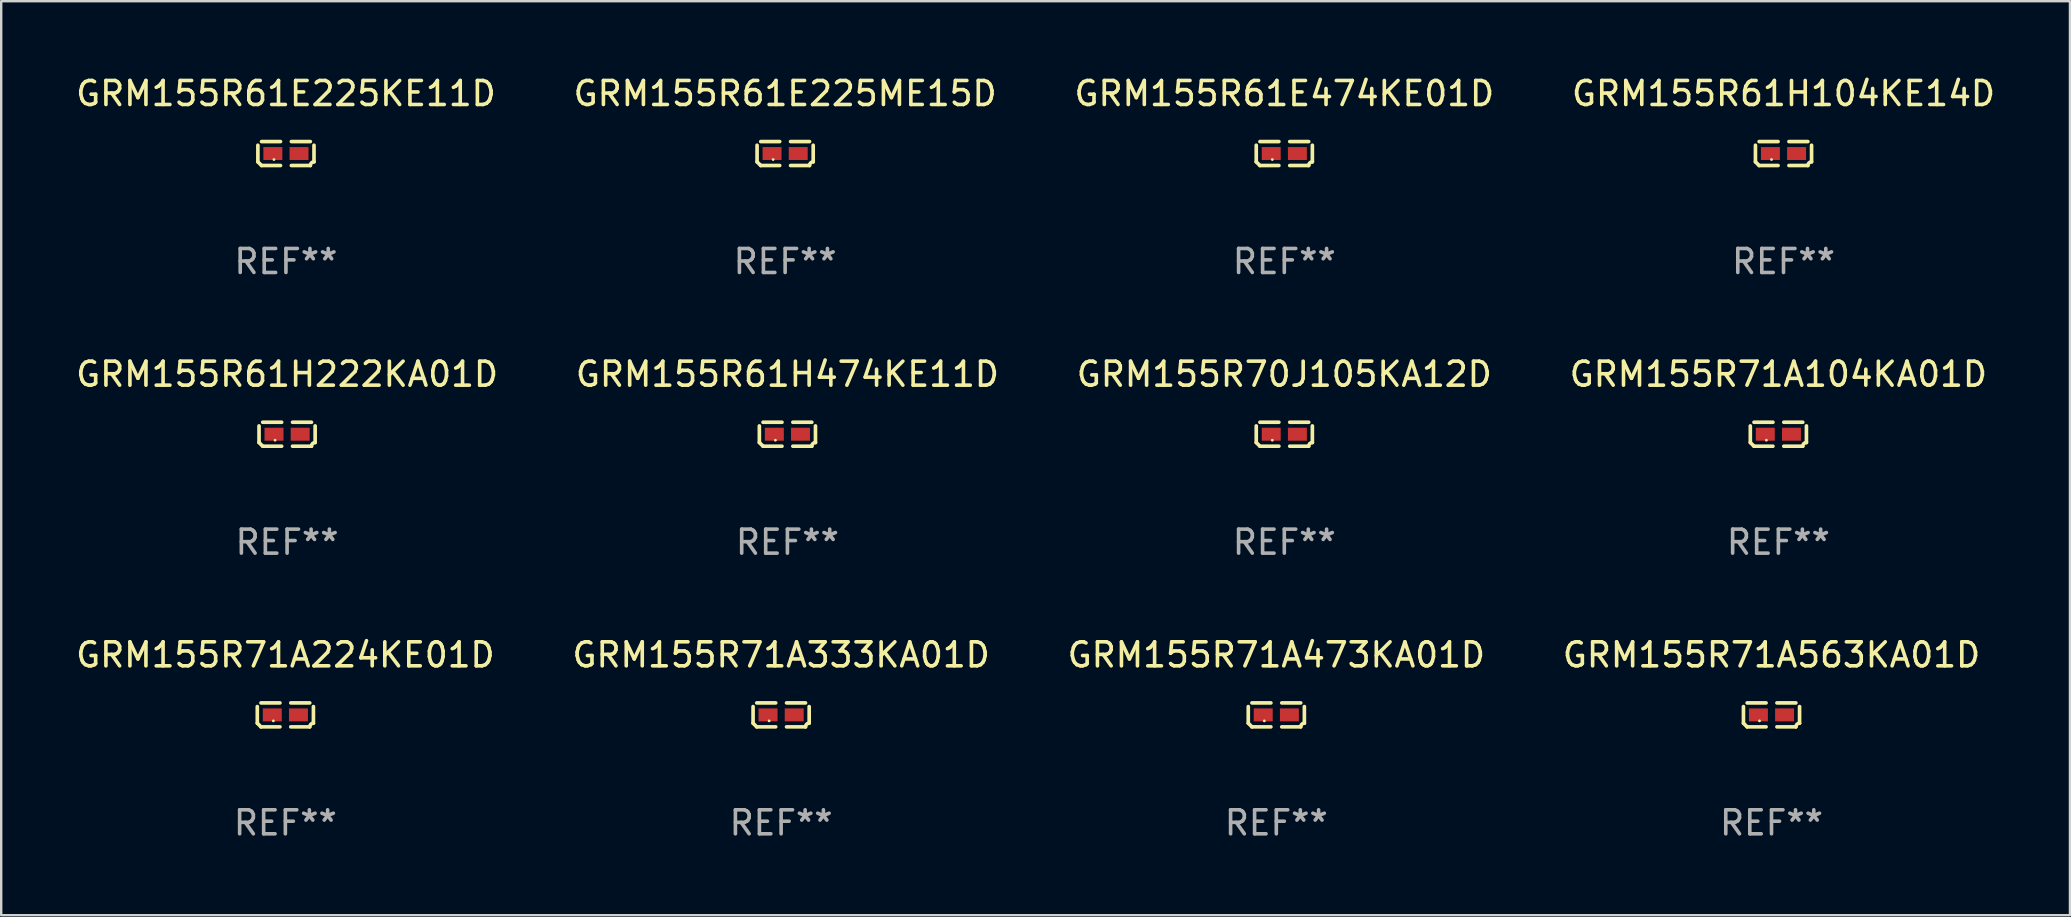
<source format=kicad_pcb>
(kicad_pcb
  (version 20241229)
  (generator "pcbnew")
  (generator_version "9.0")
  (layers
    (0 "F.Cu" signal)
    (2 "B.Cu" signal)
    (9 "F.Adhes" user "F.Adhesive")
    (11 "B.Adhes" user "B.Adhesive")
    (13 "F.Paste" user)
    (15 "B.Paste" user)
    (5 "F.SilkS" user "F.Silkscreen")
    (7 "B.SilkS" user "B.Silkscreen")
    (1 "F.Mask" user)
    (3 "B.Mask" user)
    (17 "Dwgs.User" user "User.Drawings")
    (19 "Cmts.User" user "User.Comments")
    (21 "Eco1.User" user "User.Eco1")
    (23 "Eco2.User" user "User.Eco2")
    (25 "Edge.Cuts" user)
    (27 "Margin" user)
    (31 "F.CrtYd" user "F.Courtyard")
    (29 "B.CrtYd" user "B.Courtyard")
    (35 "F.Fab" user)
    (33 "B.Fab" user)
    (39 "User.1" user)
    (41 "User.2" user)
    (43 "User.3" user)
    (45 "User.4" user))
  (footprint "GRM155R71A473KA01D"
    (layer "F.Cu")
    (at 50.125 26.734)
    (property "Reference" "GRM155R71A473KA01D" (at 0 -2.499 0) (layer "F.SilkS") (effects (font (size 1 1) (thickness 0.15))))
    (attr through_hole)
    (fp_line (start -1.169 0.346) (end -1.169 -0.346) (stroke (width 0.152) (type solid)) (layer "F.SilkS"))
    (fp_line (start -1.016 -0.499) (end -0.226 -0.499) (stroke (width 0.152) (type solid)) (layer "F.SilkS"))
    (fp_line (start -0.226 0.499) (end -1.016 0.499) (stroke (width 0.152) (type solid)) (layer "F.SilkS"))
    (fp_line (start 0.226 0.499) (end 1.016 0.499) (stroke (width 0.152) (type solid)) (layer "F.SilkS"))
    (fp_line (start 1.016 -0.499) (end 0.226 -0.499) (stroke (width 0.152) (type solid)) (layer "F.SilkS"))
    (fp_line (start 1.169 0.346) (end 1.169 -0.346) (stroke (width 0.152) (type solid)) (layer "F.SilkS"))
    (fp_arc (start -1.016307 0.498603) (mid -1.092512 0.422405) (end -1.16871 0.3462) (stroke (width 0.1524) (type solid)) (layer "F.SilkS"))
    (fp_arc (start 1.016307 0.498603) (mid 1.060899 0.390758) (end 1.168707 0.346076) (stroke (width 0.1524) (type solid)) (layer "F.SilkS"))
    (fp_circle (center -0.5 0.25) (end -0.47 0.25) (stroke (width 0.06) (type solid)) (fill no) (layer "F.SilkS"))
    (fp_text user "REF**" (at 0 4.499 0) (layer "F.Fab") (effects (font (size 1 1) (thickness 0.15))))
    (pad "1" smd rect (at -0.545 0) (size 0.79 0.54) (layers "F.Cu" "F.Mask" "F.Paste"))
    (pad "2" smd rect (at 0.545 0) (size 0.79 0.54) (layers "F.Cu" "F.Mask" "F.Paste")))
  (footprint "GRM155R71A224KE01D"
    (layer "F.Cu")
    (at 8.839 26.734)
    (property "Reference" "GRM155R71A224KE01D" (at 0 -2.499 0) (layer "F.SilkS") (effects (font (size 1 1) (thickness 0.15))))
    (attr through_hole)
    (fp_line (start -1.169 0.346) (end -1.169 -0.346) (stroke (width 0.152) (type solid)) (layer "F.SilkS"))
    (fp_line (start -1.016 -0.499) (end -0.226 -0.499) (stroke (width 0.152) (type solid)) (layer "F.SilkS"))
    (fp_line (start -0.226 0.499) (end -1.016 0.499) (stroke (width 0.152) (type solid)) (layer "F.SilkS"))
    (fp_line (start 0.226 0.499) (end 1.016 0.499) (stroke (width 0.152) (type solid)) (layer "F.SilkS"))
    (fp_line (start 1.016 -0.499) (end 0.226 -0.499) (stroke (width 0.152) (type solid)) (layer "F.SilkS"))
    (fp_line (start 1.169 0.346) (end 1.169 -0.346) (stroke (width 0.152) (type solid)) (layer "F.SilkS"))
    (fp_arc (start -1.016307 0.498603) (mid -1.092512 0.422405) (end -1.16871 0.3462) (stroke (width 0.1524) (type solid)) (layer "F.SilkS"))
    (fp_arc (start 1.016307 0.498603) (mid 1.060899 0.390758) (end 1.168707 0.346076) (stroke (width 0.1524) (type solid)) (layer "F.SilkS"))
    (fp_circle (center -0.5 0.25) (end -0.47 0.25) (stroke (width 0.06) (type solid)) (fill no) (layer "F.SilkS"))
    (fp_text user "REF**" (at 0 4.499 0) (layer "F.Fab") (effects (font (size 1 1) (thickness 0.15))))
    (pad "1" smd rect (at -0.545 0) (size 0.79 0.54) (layers "F.Cu" "F.Mask" "F.Paste"))
    (pad "2" smd rect (at 0.545 0) (size 0.79 0.54) (layers "F.Cu" "F.Mask" "F.Paste")))
  (footprint "GRM155R61E474KE01D"
    (layer "F.Cu")
    (at 50.458 3.347)
    (property "Reference" "GRM155R61E474KE01D" (at 0 -2.499 0) (layer "F.SilkS") (effects (font (size 1 1) (thickness 0.15))))
    (attr through_hole)
    (fp_line (start -1.169 0.346) (end -1.169 -0.346) (stroke (width 0.152) (type solid)) (layer "F.SilkS"))
    (fp_line (start -1.016 -0.499) (end -0.226 -0.499) (stroke (width 0.152) (type solid)) (layer "F.SilkS"))
    (fp_line (start -0.226 0.499) (end -1.016 0.499) (stroke (width 0.152) (type solid)) (layer "F.SilkS"))
    (fp_line (start 0.226 0.499) (end 1.016 0.499) (stroke (width 0.152) (type solid)) (layer "F.SilkS"))
    (fp_line (start 1.016 -0.499) (end 0.226 -0.499) (stroke (width 0.152) (type solid)) (layer "F.SilkS"))
    (fp_line (start 1.169 0.346) (end 1.169 -0.346) (stroke (width 0.152) (type solid)) (layer "F.SilkS"))
    (fp_arc (start -1.016307 0.498603) (mid -1.092512 0.422405) (end -1.16871 0.3462) (stroke (width 0.1524) (type solid)) (layer "F.SilkS"))
    (fp_arc (start 1.016307 0.498603) (mid 1.060899 0.390758) (end 1.168707 0.346076) (stroke (width 0.1524) (type solid)) (layer "F.SilkS"))
    (fp_circle (center -0.5 0.25) (end -0.47 0.25) (stroke (width 0.06) (type solid)) (fill no) (layer "F.SilkS"))
    (fp_text user "REF**" (at 0 4.499 0) (layer "F.Fab") (effects (font (size 1 1) (thickness 0.15))))
    (pad "1" smd rect (at -0.545 0) (size 0.79 0.54) (layers "F.Cu" "F.Mask" "F.Paste"))
    (pad "2" smd rect (at 0.545 0) (size 0.79 0.54) (layers "F.Cu" "F.Mask" "F.Paste")))
  (footprint "GRM155R61E225KE11D"
    (layer "F.Cu")
    (at 8.863 3.347)
    (property "Reference" "GRM155R61E225KE11D" (at 0 -2.499 0) (layer "F.SilkS") (effects (font (size 1 1) (thickness 0.15))))
    (attr through_hole)
    (fp_line (start -1.169 0.346) (end -1.169 -0.346) (stroke (width 0.152) (type solid)) (layer "F.SilkS"))
    (fp_line (start -1.016 -0.499) (end -0.226 -0.499) (stroke (width 0.152) (type solid)) (layer "F.SilkS"))
    (fp_line (start -0.226 0.499) (end -1.016 0.499) (stroke (width 0.152) (type solid)) (layer "F.SilkS"))
    (fp_line (start 0.226 0.499) (end 1.016 0.499) (stroke (width 0.152) (type solid)) (layer "F.SilkS"))
    (fp_line (start 1.016 -0.499) (end 0.226 -0.499) (stroke (width 0.152) (type solid)) (layer "F.SilkS"))
    (fp_line (start 1.169 0.346) (end 1.169 -0.346) (stroke (width 0.152) (type solid)) (layer "F.SilkS"))
    (fp_arc (start -1.016307 0.498603) (mid -1.092512 0.422405) (end -1.16871 0.3462) (stroke (width 0.1524) (type solid)) (layer "F.SilkS"))
    (fp_arc (start 1.016307 0.498603) (mid 1.060899 0.390758) (end 1.168707 0.346076) (stroke (width 0.1524) (type solid)) (layer "F.SilkS"))
    (fp_circle (center -0.5 0.25) (end -0.47 0.25) (stroke (width 0.06) (type solid)) (fill no) (layer "F.SilkS"))
    (fp_text user "REF**" (at 0 4.499 0) (layer "F.Fab") (effects (font (size 1 1) (thickness 0.15))))
    (pad "1" smd rect (at -0.545 0) (size 0.79 0.54) (layers "F.Cu" "F.Mask" "F.Paste"))
    (pad "2" smd rect (at 0.545 0) (size 0.79 0.54) (layers "F.Cu" "F.Mask" "F.Paste")))
  (footprint "GRM155R71A333KA01D"
    (layer "F.Cu")
    (at 29.494 26.734)
    (property "Reference" "GRM155R71A333KA01D" (at 0 -2.499 0) (layer "F.SilkS") (effects (font (size 1 1) (thickness 0.15))))
    (attr through_hole)
    (fp_line (start -1.169 0.346) (end -1.169 -0.346) (stroke (width 0.152) (type solid)) (layer "F.SilkS"))
    (fp_line (start -1.016 -0.499) (end -0.226 -0.499) (stroke (width 0.152) (type solid)) (layer "F.SilkS"))
    (fp_line (start -0.226 0.499) (end -1.016 0.499) (stroke (width 0.152) (type solid)) (layer "F.SilkS"))
    (fp_line (start 0.226 0.499) (end 1.016 0.499) (stroke (width 0.152) (type solid)) (layer "F.SilkS"))
    (fp_line (start 1.016 -0.499) (end 0.226 -0.499) (stroke (width 0.152) (type solid)) (layer "F.SilkS"))
    (fp_line (start 1.169 0.346) (end 1.169 -0.346) (stroke (width 0.152) (type solid)) (layer "F.SilkS"))
    (fp_arc (start -1.016307 0.498603) (mid -1.092512 0.422405) (end -1.16871 0.3462) (stroke (width 0.1524) (type solid)) (layer "F.SilkS"))
    (fp_arc (start 1.016307 0.498603) (mid 1.060899 0.390758) (end 1.168707 0.346076) (stroke (width 0.1524) (type solid)) (layer "F.SilkS"))
    (fp_circle (center -0.5 0.25) (end -0.47 0.25) (stroke (width 0.06) (type solid)) (fill no) (layer "F.SilkS"))
    (fp_text user "REF**" (at 0 4.499 0) (layer "F.Fab") (effects (font (size 1 1) (thickness 0.15))))
    (pad "1" smd rect (at -0.545 0) (size 0.79 0.54) (layers "F.Cu" "F.Mask" "F.Paste"))
    (pad "2" smd rect (at 0.545 0) (size 0.79 0.54) (layers "F.Cu" "F.Mask" "F.Paste")))
  (footprint "GRM155R71A563KA01D"
    (layer "F.Cu")
    (at 70.756 26.734)
    (property "Reference" "GRM155R71A563KA01D" (at 0 -2.499 0) (layer "F.SilkS") (effects (font (size 1 1) (thickness 0.15))))
    (attr through_hole)
    (fp_line (start -1.169 0.346) (end -1.169 -0.346) (stroke (width 0.152) (type solid)) (layer "F.SilkS"))
    (fp_line (start -1.016 -0.499) (end -0.226 -0.499) (stroke (width 0.152) (type solid)) (layer "F.SilkS"))
    (fp_line (start -0.226 0.499) (end -1.016 0.499) (stroke (width 0.152) (type solid)) (layer "F.SilkS"))
    (fp_line (start 0.226 0.499) (end 1.016 0.499) (stroke (width 0.152) (type solid)) (layer "F.SilkS"))
    (fp_line (start 1.016 -0.499) (end 0.226 -0.499) (stroke (width 0.152) (type solid)) (layer "F.SilkS"))
    (fp_line (start 1.169 0.346) (end 1.169 -0.346) (stroke (width 0.152) (type solid)) (layer "F.SilkS"))
    (fp_arc (start -1.016307 0.498603) (mid -1.092512 0.422405) (end -1.16871 0.3462) (stroke (width 0.1524) (type solid)) (layer "F.SilkS"))
    (fp_arc (start 1.016307 0.498603) (mid 1.060899 0.390758) (end 1.168707 0.346076) (stroke (width 0.1524) (type solid)) (layer "F.SilkS"))
    (fp_circle (center -0.5 0.25) (end -0.47 0.25) (stroke (width 0.06) (type solid)) (fill no) (layer "F.SilkS"))
    (fp_text user "REF**" (at 0 4.499 0) (layer "F.Fab") (effects (font (size 1 1) (thickness 0.15))))
    (pad "1" smd rect (at -0.545 0) (size 0.79 0.54) (layers "F.Cu" "F.Mask" "F.Paste"))
    (pad "2" smd rect (at 0.545 0) (size 0.79 0.54) (layers "F.Cu" "F.Mask" "F.Paste")))
  (footprint "GRM155R71A104KA01D"
    (layer "F.Cu")
    (at 71.042 15.041)
    (property "Reference" "GRM155R71A104KA01D" (at 0 -2.499 0) (layer "F.SilkS") (effects (font (size 1 1) (thickness 0.15))))
    (attr through_hole)
    (fp_line (start -1.169 0.346) (end -1.169 -0.346) (stroke (width 0.152) (type solid)) (layer "F.SilkS"))
    (fp_line (start -1.016 -0.499) (end -0.226 -0.499) (stroke (width 0.152) (type solid)) (layer "F.SilkS"))
    (fp_line (start -0.226 0.499) (end -1.016 0.499) (stroke (width 0.152) (type solid)) (layer "F.SilkS"))
    (fp_line (start 0.226 0.499) (end 1.016 0.499) (stroke (width 0.152) (type solid)) (layer "F.SilkS"))
    (fp_line (start 1.016 -0.499) (end 0.226 -0.499) (stroke (width 0.152) (type solid)) (layer "F.SilkS"))
    (fp_line (start 1.169 0.346) (end 1.169 -0.346) (stroke (width 0.152) (type solid)) (layer "F.SilkS"))
    (fp_arc (start -1.016307 0.498603) (mid -1.092512 0.422405) (end -1.16871 0.3462) (stroke (width 0.1524) (type solid)) (layer "F.SilkS"))
    (fp_arc (start 1.016307 0.498603) (mid 1.060899 0.390758) (end 1.168707 0.346076) (stroke (width 0.1524) (type solid)) (layer "F.SilkS"))
    (fp_circle (center -0.5 0.25) (end -0.47 0.25) (stroke (width 0.06) (type solid)) (fill no) (layer "F.SilkS"))
    (fp_text user "REF**" (at 0 4.499 0) (layer "F.Fab") (effects (font (size 1 1) (thickness 0.15))))
    (pad "1" smd rect (at -0.545 0) (size 0.79 0.54) (layers "F.Cu" "F.Mask" "F.Paste"))
    (pad "2" smd rect (at 0.545 0) (size 0.79 0.54) (layers "F.Cu" "F.Mask" "F.Paste")))
  (footprint "GRM155R61H474KE11D"
    (layer "F.Cu")
    (at 29.756 15.041)
    (property "Reference" "GRM155R61H474KE11D" (at 0 -2.499 0) (layer "F.SilkS") (effects (font (size 1 1) (thickness 0.15))))
    (attr through_hole)
    (fp_line (start -1.169 0.346) (end -1.169 -0.346) (stroke (width 0.152) (type solid)) (layer "F.SilkS"))
    (fp_line (start -1.016 -0.499) (end -0.226 -0.499) (stroke (width 0.152) (type solid)) (layer "F.SilkS"))
    (fp_line (start -0.226 0.499) (end -1.016 0.499) (stroke (width 0.152) (type solid)) (layer "F.SilkS"))
    (fp_line (start 0.226 0.499) (end 1.016 0.499) (stroke (width 0.152) (type solid)) (layer "F.SilkS"))
    (fp_line (start 1.016 -0.499) (end 0.226 -0.499) (stroke (width 0.152) (type solid)) (layer "F.SilkS"))
    (fp_line (start 1.169 0.346) (end 1.169 -0.346) (stroke (width 0.152) (type solid)) (layer "F.SilkS"))
    (fp_arc (start -1.016307 0.498603) (mid -1.092512 0.422405) (end -1.16871 0.3462) (stroke (width 0.1524) (type solid)) (layer "F.SilkS"))
    (fp_arc (start 1.016307 0.498603) (mid 1.060899 0.390758) (end 1.168707 0.346076) (stroke (width 0.1524) (type solid)) (layer "F.SilkS"))
    (fp_circle (center -0.5 0.25) (end -0.47 0.25) (stroke (width 0.06) (type solid)) (fill no) (layer "F.SilkS"))
    (fp_text user "REF**" (at 0 4.499 0) (layer "F.Fab") (effects (font (size 1 1) (thickness 0.15))))
    (pad "1" smd rect (at -0.545 0) (size 0.79 0.54) (layers "F.Cu" "F.Mask" "F.Paste"))
    (pad "2" smd rect (at 0.545 0) (size 0.79 0.54) (layers "F.Cu" "F.Mask" "F.Paste")))
  (footprint "GRM155R61E225ME15D"
    (layer "F.Cu")
    (at 29.661 3.347)
    (property "Reference" "GRM155R61E225ME15D" (at 0 -2.499 0) (layer "F.SilkS") (effects (font (size 1 1) (thickness 0.15))))
    (attr through_hole)
    (fp_line (start -1.169 0.346) (end -1.169 -0.346) (stroke (width 0.152) (type solid)) (layer "F.SilkS"))
    (fp_line (start -1.016 -0.499) (end -0.226 -0.499) (stroke (width 0.152) (type solid)) (layer "F.SilkS"))
    (fp_line (start -0.226 0.499) (end -1.016 0.499) (stroke (width 0.152) (type solid)) (layer "F.SilkS"))
    (fp_line (start 0.226 0.499) (end 1.016 0.499) (stroke (width 0.152) (type solid)) (layer "F.SilkS"))
    (fp_line (start 1.016 -0.499) (end 0.226 -0.499) (stroke (width 0.152) (type solid)) (layer "F.SilkS"))
    (fp_line (start 1.169 0.346) (end 1.169 -0.346) (stroke (width 0.152) (type solid)) (layer "F.SilkS"))
    (fp_arc (start -1.016307 0.498603) (mid -1.092512 0.422405) (end -1.16871 0.3462) (stroke (width 0.1524) (type solid)) (layer "F.SilkS"))
    (fp_arc (start 1.016307 0.498603) (mid 1.060899 0.390758) (end 1.168707 0.346076) (stroke (width 0.1524) (type solid)) (layer "F.SilkS"))
    (fp_circle (center -0.5 0.25) (end -0.47 0.25) (stroke (width 0.06) (type solid)) (fill no) (layer "F.SilkS"))
    (fp_text user "REF**" (at 0 4.499 0) (layer "F.Fab") (effects (font (size 1 1) (thickness 0.15))))
    (pad "1" smd rect (at -0.545 0) (size 0.79 0.54) (layers "F.Cu" "F.Mask" "F.Paste"))
    (pad "2" smd rect (at 0.545 0) (size 0.79 0.54) (layers "F.Cu" "F.Mask" "F.Paste")))
  (footprint "GRM155R61H104KE14D"
    (layer "F.Cu")
    (at 71.256 3.347)
    (property "Reference" "GRM155R61H104KE14D" (at 0 -2.499 0) (layer "F.SilkS") (effects (font (size 1 1) (thickness 0.15))))
    (attr through_hole)
    (fp_line (start -1.169 0.346) (end -1.169 -0.346) (stroke (width 0.152) (type solid)) (layer "F.SilkS"))
    (fp_line (start -1.016 -0.499) (end -0.226 -0.499) (stroke (width 0.152) (type solid)) (layer "F.SilkS"))
    (fp_line (start -0.226 0.499) (end -1.016 0.499) (stroke (width 0.152) (type solid)) (layer "F.SilkS"))
    (fp_line (start 0.226 0.499) (end 1.016 0.499) (stroke (width 0.152) (type solid)) (layer "F.SilkS"))
    (fp_line (start 1.016 -0.499) (end 0.226 -0.499) (stroke (width 0.152) (type solid)) (layer "F.SilkS"))
    (fp_line (start 1.169 0.346) (end 1.169 -0.346) (stroke (width 0.152) (type solid)) (layer "F.SilkS"))
    (fp_arc (start -1.016307 0.498603) (mid -1.092512 0.422405) (end -1.16871 0.3462) (stroke (width 0.1524) (type solid)) (layer "F.SilkS"))
    (fp_arc (start 1.016307 0.498603) (mid 1.060899 0.390758) (end 1.168707 0.346076) (stroke (width 0.1524) (type solid)) (layer "F.SilkS"))
    (fp_circle (center -0.5 0.25) (end -0.47 0.25) (stroke (width 0.06) (type solid)) (fill no) (layer "F.SilkS"))
    (fp_text user "REF**" (at 0 4.499 0) (layer "F.Fab") (effects (font (size 1 1) (thickness 0.15))))
    (pad "1" smd rect (at -0.545 0) (size 0.79 0.54) (layers "F.Cu" "F.Mask" "F.Paste"))
    (pad "2" smd rect (at 0.545 0) (size 0.79 0.54) (layers "F.Cu" "F.Mask" "F.Paste")))
  (footprint "GRM155R61H222KA01D"
    (layer "F.Cu")
    (at 8.911 15.041)
    (property "Reference" "GRM155R61H222KA01D" (at 0 -2.499 0) (layer "F.SilkS") (effects (font (size 1 1) (thickness 0.15))))
    (attr through_hole)
    (fp_line (start -1.169 0.346) (end -1.169 -0.346) (stroke (width 0.152) (type solid)) (layer "F.SilkS"))
    (fp_line (start -1.016 -0.499) (end -0.226 -0.499) (stroke (width 0.152) (type solid)) (layer "F.SilkS"))
    (fp_line (start -0.226 0.499) (end -1.016 0.499) (stroke (width 0.152) (type solid)) (layer "F.SilkS"))
    (fp_line (start 0.226 0.499) (end 1.016 0.499) (stroke (width 0.152) (type solid)) (layer "F.SilkS"))
    (fp_line (start 1.016 -0.499) (end 0.226 -0.499) (stroke (width 0.152) (type solid)) (layer "F.SilkS"))
    (fp_line (start 1.169 0.346) (end 1.169 -0.346) (stroke (width 0.152) (type solid)) (layer "F.SilkS"))
    (fp_arc (start -1.016307 0.498603) (mid -1.092512 0.422405) (end -1.16871 0.3462) (stroke (width 0.1524) (type solid)) (layer "F.SilkS"))
    (fp_arc (start 1.016307 0.498603) (mid 1.060899 0.390758) (end 1.168707 0.346076) (stroke (width 0.1524) (type solid)) (layer "F.SilkS"))
    (fp_circle (center -0.5 0.25) (end -0.47 0.25) (stroke (width 0.06) (type solid)) (fill no) (layer "F.SilkS"))
    (fp_text user "REF**" (at 0 4.499 0) (layer "F.Fab") (effects (font (size 1 1) (thickness 0.15))))
    (pad "1" smd rect (at -0.545 0) (size 0.79 0.54) (layers "F.Cu" "F.Mask" "F.Paste"))
    (pad "2" smd rect (at 0.545 0) (size 0.79 0.54) (layers "F.Cu" "F.Mask" "F.Paste")))
  (footprint "GRM155R70J105KA12D"
    (layer "F.Cu")
    (at 50.458 15.041)
    (property "Reference" "GRM155R70J105KA12D" (at 0 -2.499 0) (layer "F.SilkS") (effects (font (size 1 1) (thickness 0.15))))
    (attr through_hole)
    (fp_line (start -1.169 0.346) (end -1.169 -0.346) (stroke (width 0.152) (type solid)) (layer "F.SilkS"))
    (fp_line (start -1.016 -0.499) (end -0.226 -0.499) (stroke (width 0.152) (type solid)) (layer "F.SilkS"))
    (fp_line (start -0.226 0.499) (end -1.016 0.499) (stroke (width 0.152) (type solid)) (layer "F.SilkS"))
    (fp_line (start 0.226 0.499) (end 1.016 0.499) (stroke (width 0.152) (type solid)) (layer "F.SilkS"))
    (fp_line (start 1.016 -0.499) (end 0.226 -0.499) (stroke (width 0.152) (type solid)) (layer "F.SilkS"))
    (fp_line (start 1.169 0.346) (end 1.169 -0.346) (stroke (width 0.152) (type solid)) (layer "F.SilkS"))
    (fp_arc (start -1.016307 0.498603) (mid -1.092512 0.422405) (end -1.16871 0.3462) (stroke (width 0.1524) (type solid)) (layer "F.SilkS"))
    (fp_arc (start 1.016307 0.498603) (mid 1.060899 0.390758) (end 1.168707 0.346076) (stroke (width 0.1524) (type solid)) (layer "F.SilkS"))
    (fp_circle (center -0.5 0.25) (end -0.47 0.25) (stroke (width 0.06) (type solid)) (fill no) (layer "F.SilkS"))
    (fp_text user "REF**" (at 0 4.499 0) (layer "F.Fab") (effects (font (size 1 1) (thickness 0.15))))
    (pad "1" smd rect (at -0.545 0) (size 0.79 0.54) (layers "F.Cu" "F.Mask" "F.Paste"))
    (pad "2" smd rect (at 0.545 0) (size 0.79 0.54) (layers "F.Cu" "F.Mask" "F.Paste")))
  (gr_rect
    (start -3 -3)
    (end 83.19 35.081)
    (stroke (width 0.1) (type default))
    (fill no)
    (layer "Edge.Cuts")))
</source>
